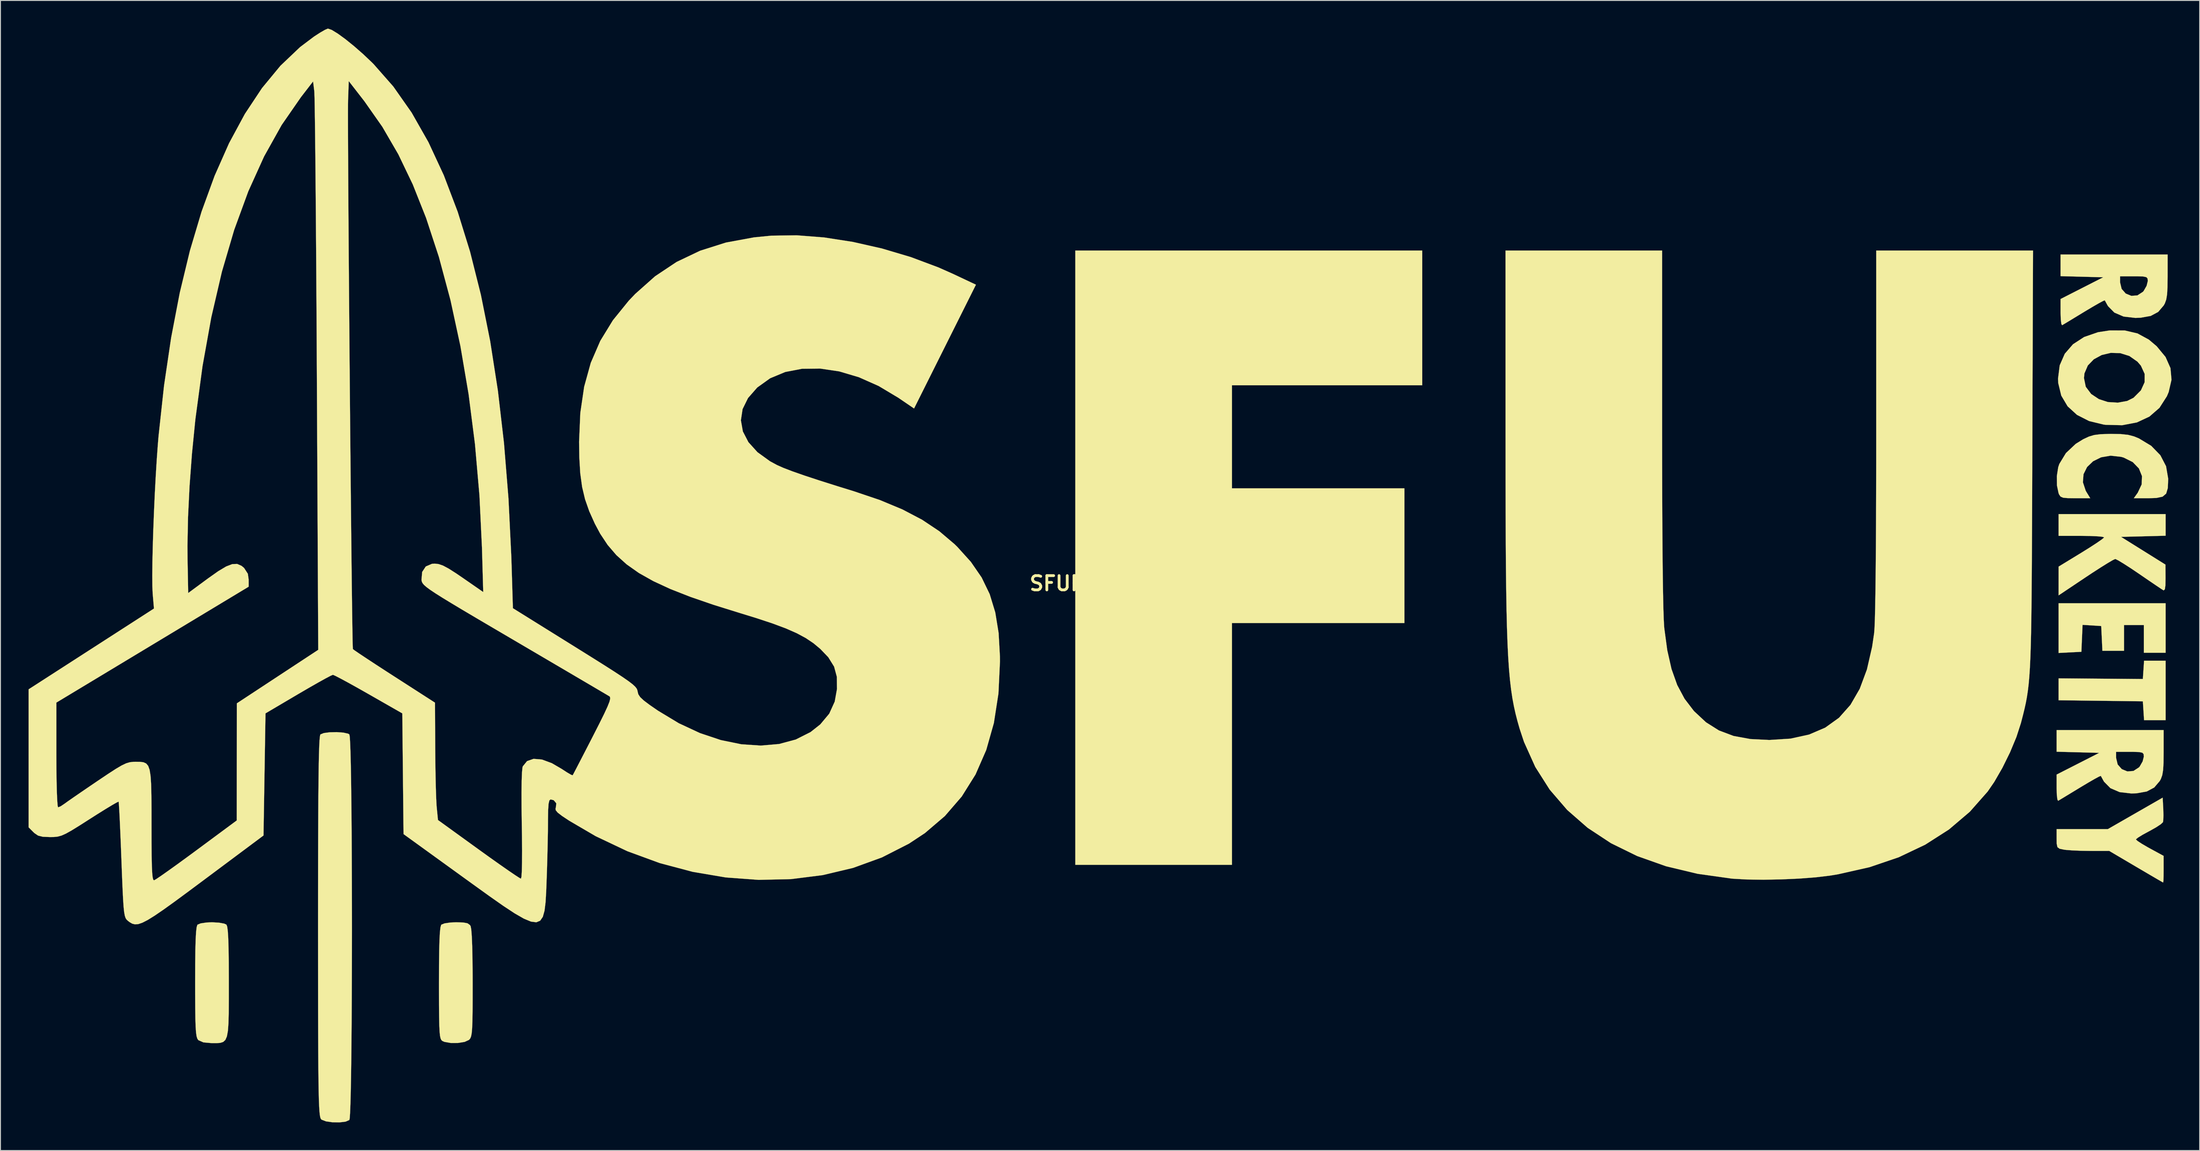
<source format=kicad_pcb>
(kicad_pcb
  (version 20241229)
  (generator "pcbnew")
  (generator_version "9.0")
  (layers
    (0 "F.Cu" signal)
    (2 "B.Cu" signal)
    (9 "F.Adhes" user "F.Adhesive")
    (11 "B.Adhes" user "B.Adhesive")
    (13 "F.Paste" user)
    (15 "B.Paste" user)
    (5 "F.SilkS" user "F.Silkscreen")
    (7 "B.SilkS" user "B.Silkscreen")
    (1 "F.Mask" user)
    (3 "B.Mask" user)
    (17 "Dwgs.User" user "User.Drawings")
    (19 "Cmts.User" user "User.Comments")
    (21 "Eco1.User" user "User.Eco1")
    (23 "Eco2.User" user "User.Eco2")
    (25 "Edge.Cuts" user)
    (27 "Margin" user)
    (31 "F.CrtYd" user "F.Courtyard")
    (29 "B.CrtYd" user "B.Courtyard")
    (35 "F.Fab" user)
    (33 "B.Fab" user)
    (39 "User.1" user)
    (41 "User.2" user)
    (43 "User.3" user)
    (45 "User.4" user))
  (footprint "SFURocketryLogo"
    (layer "F.Cu")
    (at 116.633 59.272)
    (property "Reference" "SFURocketryLogo" (at 0 0 0) (layer "F.SilkS") (effects (font (size 1.524 1.524) (thickness 0.3))))
    (attr through_hole)
    (fp_poly (pts (xy 32.173 -21.167) (xy 11.853 -21.167) (xy 11.853 -10.16) (xy 30.268 -10.16) (xy 30.268 4.233) (xy 11.853 4.233) (xy 11.853 30.057) (xy -4.868 30.057) (xy -4.868 -35.56) (xy 32.173 -35.56) (xy 32.173 -21.167)) (stroke (width 0.01) (type solid)) (fill yes) (layer "F.SilkS"))
    (fp_poly (pts (xy 111.548 14.605) (xy 109.243 14.605) (xy 109.114 12.594) (xy 104.616 12.537) (xy 100.118 12.48) (xy 100.118 10.138) (xy 104.616 10.174) (xy 109.114 10.21) (xy 109.179 9.232) (xy 109.243 8.255) (xy 111.548 8.255) (xy 111.548 14.605)) (stroke (width 0.01) (type solid)) (fill yes) (layer "F.SilkS"))
    (fp_poly (pts (xy 111.548 7.408) (xy 109.22 7.408) (xy 109.22 4.445) (xy 107.103 4.445) (xy 107.103 7.197) (xy 104.795 7.197) (xy 104.732 5.874) (xy 104.669 4.551) (xy 103.674 4.487) (xy 102.678 4.423) (xy 102.615 5.863) (xy 102.552 7.303) (xy 101.335 7.366) (xy 100.118 7.429) (xy 100.118 2.117) (xy 111.548 2.117) (xy 111.548 7.408)) (stroke (width 0.01) (type solid)) (fill yes) (layer "F.SilkS"))
    (fp_poly (pts (xy 111.548 -5.094) (xy 106.786 -4.974) (xy 109.157 -3.493) (xy 111.529 -2.011) (xy 111.539 -0.57) (xy 111.525 0.212) (xy 111.463 0.629) (xy 111.342 0.741) (xy 111.284 0.719) (xy 111.017 0.546) (xy 110.477 0.183) (xy 109.737 -0.32) (xy 108.871 -0.913) (xy 108.712 -1.023) (xy 107.837 -1.613) (xy 107.077 -2.103) (xy 106.504 -2.45) (xy 106.19 -2.606) (xy 106.166 -2.611) (xy 105.918 -2.498) (xy 105.384 -2.186) (xy 104.628 -1.715) (xy 103.714 -1.125) (xy 103.023 -0.667) (xy 100.118 1.277) (xy 100.12 -0.261) (xy 100.121 -1.799) (xy 102.548 -3.281) (xy 103.44 -3.837) (xy 104.186 -4.322) (xy 104.718 -4.691) (xy 104.969 -4.9) (xy 104.98 -4.921) (xy 104.785 -4.984) (xy 104.25 -5.035) (xy 103.458 -5.069) (xy 102.552 -5.08) (xy 100.118 -5.08) (xy 100.118 -7.408) (xy 111.548 -7.408) (xy 111.548 -5.094)) (stroke (width 0.01) (type solid)) (fill yes) (layer "F.SilkS"))
    (fp_poly (pts (xy -96.306 36.235) (xy -95.736 36.34) (xy -95.504 36.449) (xy -95.422 36.664) (xy -95.358 37.145) (xy -95.31 37.925) (xy -95.276 39.033) (xy -95.257 40.5) (xy -95.25 42.356) (xy -95.25 42.572) (xy -95.25 44.406) (xy -95.259 45.86) (xy -95.288 46.979) (xy -95.349 47.806) (xy -95.455 48.386) (xy -95.618 48.762) (xy -95.85 48.978) (xy -96.163 49.078) (xy -96.569 49.107) (xy -97.049 49.107) (xy -97.96 49.027) (xy -98.497 48.792) (xy -98.516 48.774) (xy -98.615 48.626) (xy -98.694 48.372) (xy -98.752 47.965) (xy -98.795 47.358) (xy -98.823 46.503) (xy -98.839 45.353) (xy -98.847 43.861) (xy -98.848 42.572) (xy -98.843 40.674) (xy -98.825 39.168) (xy -98.793 38.024) (xy -98.746 37.212) (xy -98.684 36.701) (xy -98.604 36.46) (xy -98.594 36.449) (xy -98.252 36.311) (xy -97.629 36.219) (xy -97.049 36.195) (xy -96.306 36.235)) (stroke (width 0.01) (type solid)) (fill yes) (layer "F.SilkS"))
    (fp_poly (pts (xy 111.295 24.064) (xy 111.314 24.764) (xy 111.295 25.304) (xy 111.262 25.502) (xy 111.037 25.718) (xy 110.534 26.051) (xy 109.856 26.433) (xy 109.769 26.478) (xy 109.096 26.844) (xy 108.602 27.148) (xy 108.378 27.332) (xy 108.374 27.346) (xy 108.546 27.508) (xy 109.005 27.809) (xy 109.659 28.191) (xy 109.854 28.298) (xy 111.334 29.104) (xy 111.335 30.533) (xy 111.329 31.246) (xy 111.311 31.755) (xy 111.284 31.95) (xy 111.284 31.95) (xy 111.093 31.844) (xy 110.601 31.56) (xy 109.871 31.133) (xy 108.967 30.602) (xy 108.38 30.257) (xy 105.529 28.575) (xy 103.511 28.573) (xy 102.525 28.558) (xy 101.605 28.52) (xy 100.9 28.465) (xy 100.7 28.439) (xy 100.226 28.341) (xy 99.993 28.171) (xy 99.915 27.803) (xy 99.907 27.277) (xy 99.907 26.247) (xy 105.368 26.247) (xy 108.299 24.564) (xy 111.231 22.882) (xy 111.295 24.064)) (stroke (width 0.01) (type solid)) (fill yes) (layer "F.SilkS"))
    (fp_poly (pts (xy -70.213 36.218) (xy -69.759 36.307) (xy -69.507 36.491) (xy -69.434 36.604) (xy -69.365 36.95) (xy -69.307 37.686) (xy -69.262 38.779) (xy -69.232 40.195) (xy -69.217 41.901) (xy -69.215 42.71) (xy -69.217 44.421) (xy -69.225 45.758) (xy -69.241 46.772) (xy -69.271 47.512) (xy -69.315 48.028) (xy -69.378 48.369) (xy -69.463 48.586) (xy -69.573 48.729) (xy -69.602 48.756) (xy -70.075 48.974) (xy -70.786 49.088) (xy -71.561 49.089) (xy -72.226 48.972) (xy -72.443 48.878) (xy -72.552 48.785) (xy -72.637 48.617) (xy -72.702 48.327) (xy -72.748 47.866) (xy -72.78 47.189) (xy -72.799 46.248) (xy -72.81 44.995) (xy -72.813 43.383) (xy -72.813 42.683) (xy -72.808 40.767) (xy -72.79 39.243) (xy -72.759 38.082) (xy -72.714 37.253) (xy -72.653 36.725) (xy -72.575 36.468) (xy -72.559 36.449) (xy -72.216 36.311) (xy -71.584 36.219) (xy -70.979 36.195) (xy -70.213 36.218)) (stroke (width 0.01) (type solid)) (fill yes) (layer "F.SilkS"))
    (fp_poly (pts (xy 106.772 -15.954) (xy 107.541 -15.872) (xy 108.181 -15.703) (xy 108.691 -15.493) (xy 110.008 -14.698) (xy 110.982 -13.697) (xy 111.593 -12.519) (xy 111.82 -11.196) (xy 111.82 -11.104) (xy 111.779 -10.185) (xy 111.605 -9.597) (xy 111.223 -9.269) (xy 110.559 -9.128) (xy 109.735 -9.102) (xy 108.149 -9.102) (xy 108.566 -9.684) (xy 108.988 -10.578) (xy 109.021 -11.466) (xy 108.693 -12.281) (xy 108.034 -12.961) (xy 107.073 -13.442) (xy 106.798 -13.522) (xy 105.673 -13.647) (xy 104.657 -13.473) (xy 103.802 -13.051) (xy 103.159 -12.431) (xy 102.779 -11.665) (xy 102.714 -10.806) (xy 103.014 -9.903) (xy 103.079 -9.79) (xy 103.499 -9.102) (xy 101.909 -9.102) (xy 101.094 -9.111) (xy 100.601 -9.158) (xy 100.329 -9.275) (xy 100.176 -9.492) (xy 100.113 -9.645) (xy 99.94 -10.475) (xy 99.93 -11.472) (xy 100.077 -12.414) (xy 100.192 -12.76) (xy 100.9 -13.924) (xy 101.946 -14.909) (xy 102.739 -15.4) (xy 103.345 -15.684) (xy 103.918 -15.855) (xy 104.601 -15.941) (xy 105.538 -15.971) (xy 105.728 -15.972) (xy 106.772 -15.954)) (stroke (width 0.01) (type solid)) (fill yes) (layer "F.SilkS"))
    (fp_poly (pts (xy 107.177 -27.024) (xy 108.54 -26.706) (xy 109.756 -26.044) (xy 110.591 -25.337) (xy 111.537 -24.191) (xy 112.064 -23.003) (xy 112.175 -21.758) (xy 111.872 -20.443) (xy 111.682 -19.994) (xy 110.888 -18.756) (xy 109.811 -17.82) (xy 108.478 -17.198) (xy 106.914 -16.901) (xy 105.145 -16.942) (xy 104.939 -16.967) (xy 103.378 -17.344) (xy 102.081 -18.005) (xy 101.08 -18.921) (xy 100.403 -20.062) (xy 100.08 -21.397) (xy 100.056 -21.866) (xy 100.065 -21.937) (xy 102.828 -21.937) (xy 103.019 -21.007) (xy 103.598 -20.236) (xy 104.419 -19.688) (xy 105.385 -19.375) (xy 106.446 -19.312) (xy 107.443 -19.493) (xy 108.118 -19.831) (xy 108.905 -20.62) (xy 109.302 -21.49) (xy 109.304 -22.389) (xy 108.904 -23.263) (xy 108.535 -23.691) (xy 107.671 -24.297) (xy 106.696 -24.601) (xy 105.687 -24.627) (xy 104.723 -24.4) (xy 103.882 -23.944) (xy 103.241 -23.282) (xy 102.879 -22.439) (xy 102.828 -21.937) (xy 100.065 -21.937) (xy 100.235 -23.296) (xy 100.776 -24.531) (xy 101.654 -25.548) (xy 102.844 -26.323) (xy 104.322 -26.834) (xy 105.587 -27.028) (xy 107.177 -27.024)) (stroke (width 0.01) (type solid)) (fill yes) (layer "F.SilkS"))
    (fp_poly (pts (xy 111.759 -32.755) (xy 111.747 -31.651) (xy 111.702 -30.873) (xy 111.613 -30.326) (xy 111.465 -29.914) (xy 111.345 -29.697) (xy 110.753 -29.002) (xy 109.952 -28.574) (xy 108.873 -28.381) (xy 108.309 -28.363) (xy 107.056 -28.508) (xy 106.073 -28.932) (xy 105.395 -29.619) (xy 105.324 -29.739) (xy 105.124 -30.104) (xy 105.049 -30.242) (xy 104.863 -30.169) (xy 104.388 -29.913) (xy 103.696 -29.514) (xy 102.857 -29.012) (xy 102.826 -28.993) (xy 101.968 -28.471) (xy 101.242 -28.03) (xy 100.723 -27.717) (xy 100.489 -27.579) (xy 100.489 -27.579) (xy 100.41 -27.727) (xy 100.353 -28.198) (xy 100.33 -28.893) (xy 100.33 -28.938) (xy 100.33 -30.383) (xy 102.605 -31.543) (xy 104.881 -32.703) (xy 100.872 -32.808) (xy 106.68 -32.808) (xy 106.68 -32.173) (xy 106.85 -31.462) (xy 107.289 -30.964) (xy 107.886 -30.72) (xy 108.533 -30.768) (xy 109.12 -31.15) (xy 109.205 -31.249) (xy 109.515 -31.791) (xy 109.643 -32.308) (xy 109.618 -32.569) (xy 109.48 -32.719) (xy 109.138 -32.788) (xy 108.499 -32.808) (xy 108.162 -32.808) (xy 106.68 -32.808) (xy 100.872 -32.808) (xy 100.33 -32.823) (xy 100.33 -35.137) (xy 111.76 -35.137) (xy 111.759 -32.755)) (stroke (width 0.01) (type solid)) (fill yes) (layer "F.SilkS"))
    (fp_poly (pts (xy 111.336 18.045) (xy 111.324 19.149) (xy 111.279 19.927) (xy 111.189 20.474) (xy 111.041 20.886) (xy 110.922 21.103) (xy 110.33 21.798) (xy 109.529 22.226) (xy 108.45 22.419) (xy 107.886 22.437) (xy 106.633 22.292) (xy 105.65 21.868) (xy 104.972 21.181) (xy 104.901 21.061) (xy 104.701 20.696) (xy 104.625 20.558) (xy 104.439 20.631) (xy 103.965 20.887) (xy 103.273 21.286) (xy 102.434 21.788) (xy 102.403 21.807) (xy 101.545 22.329) (xy 100.818 22.77) (xy 100.3 23.083) (xy 100.066 23.221) (xy 100.065 23.221) (xy 99.987 23.073) (xy 99.93 22.602) (xy 99.907 21.907) (xy 99.907 21.862) (xy 99.907 20.417) (xy 102.182 19.257) (xy 104.457 18.098) (xy 102.182 18.037) (xy 100.449 17.992) (xy 106.257 17.992) (xy 106.257 18.627) (xy 106.427 19.338) (xy 106.865 19.836) (xy 107.463 20.08) (xy 108.109 20.032) (xy 108.697 19.65) (xy 108.781 19.551) (xy 109.091 19.009) (xy 109.22 18.492) (xy 109.195 18.231) (xy 109.057 18.081) (xy 108.714 18.012) (xy 108.076 17.992) (xy 107.738 17.992) (xy 106.257 17.992) (xy 100.449 17.992) (xy 99.907 17.977) (xy 99.907 15.663) (xy 111.337 15.663) (xy 111.336 18.045)) (stroke (width 0.01) (type solid)) (fill yes) (layer "F.SilkS"))
    (fp_poly (pts (xy -83.027 15.933) (xy -82.514 16.049) (xy -82.381 16.129) (xy -82.336 16.381) (xy -82.296 17.021) (xy -82.259 18.013) (xy -82.226 19.322) (xy -82.197 20.912) (xy -82.173 22.748) (xy -82.151 24.794) (xy -82.134 27.015) (xy -82.121 29.375) (xy -82.112 31.839) (xy -82.106 34.37) (xy -82.104 36.935) (xy -82.107 39.496) (xy -82.113 42.019) (xy -82.123 44.468) (xy -82.137 46.808) (xy -82.155 49.002) (xy -82.176 51.016) (xy -82.202 52.814) (xy -82.231 54.361) (xy -82.265 55.62) (xy -82.302 56.557) (xy -82.343 57.136) (xy -82.381 57.319) (xy -82.782 57.492) (xy -83.437 57.571) (xy -84.187 57.56) (xy -84.876 57.462) (xy -85.343 57.282) (xy -85.392 57.241) (xy -85.448 57.153) (xy -85.498 56.99) (xy -85.541 56.729) (xy -85.578 56.344) (xy -85.61 55.81) (xy -85.638 55.102) (xy -85.66 54.196) (xy -85.679 53.067) (xy -85.693 51.69) (xy -85.705 50.039) (xy -85.713 48.091) (xy -85.719 45.82) (xy -85.722 43.202) (xy -85.724 40.211) (xy -85.725 36.823) (xy -85.725 36.646) (xy -85.724 33.072) (xy -85.72 29.902) (xy -85.713 27.116) (xy -85.703 24.696) (xy -85.69 22.621) (xy -85.673 20.873) (xy -85.653 19.431) (xy -85.628 18.277) (xy -85.599 17.392) (xy -85.566 16.755) (xy -85.527 16.347) (xy -85.484 16.149) (xy -85.471 16.129) (xy -85.106 15.981) (xy -84.475 15.899) (xy -83.732 15.883) (xy -83.027 15.933)) (stroke (width 0.01) (type solid)) (fill yes) (layer "F.SilkS"))
    (fp_poly (pts (xy 97.31 -13.282) (xy 97.297 -9.597) (xy 97.284 -6.309) (xy 97.27 -3.389) (xy 97.255 -0.811) (xy 97.236 1.452) (xy 97.213 3.427) (xy 97.185 5.143) (xy 97.15 6.625) (xy 97.107 7.902) (xy 97.055 8.999) (xy 96.993 9.945) (xy 96.92 10.767) (xy 96.834 11.492) (xy 96.735 12.146) (xy 96.621 12.757) (xy 96.49 13.353) (xy 96.343 13.961) (xy 96.177 14.607) (xy 96.095 14.922) (xy 95.616 16.403) (xy 94.933 18.045) (xy 94.118 19.698) (xy 93.247 21.209) (xy 92.55 22.225) (xy 90.642 24.387) (xy 88.412 26.284) (xy 85.874 27.908) (xy 83.043 29.253) (xy 79.931 30.311) (xy 76.554 31.073) (xy 75.671 31.217) (xy 74.169 31.395) (xy 72.403 31.53) (xy 70.504 31.615) (xy 68.608 31.649) (xy 66.848 31.626) (xy 65.356 31.543) (xy 65.206 31.53) (xy 61.57 31.018) (xy 58.206 30.213) (xy 55.122 29.121) (xy 52.328 27.75) (xy 49.833 26.106) (xy 47.648 24.196) (xy 45.781 22.026) (xy 44.241 19.602) (xy 43.039 16.933) (xy 42.566 15.505) (xy 42.341 14.712) (xy 42.139 13.926) (xy 41.96 13.123) (xy 41.801 12.275) (xy 41.663 11.355) (xy 41.543 10.337) (xy 41.439 9.193) (xy 41.352 7.898) (xy 41.279 6.424) (xy 41.22 4.744) (xy 41.172 2.832) (xy 41.136 0.662) (xy 41.108 -1.795) (xy 41.089 -4.563) (xy 41.076 -7.671) (xy 41.069 -11.145) (xy 41.067 -15.011) (xy 41.066 -15.61) (xy 41.063 -35.56) (xy 57.785 -35.56) (xy 57.785 -16.547) (xy 57.788 -12.763) (xy 57.796 -9.313) (xy 57.81 -6.206) (xy 57.83 -3.454) (xy 57.854 -1.067) (xy 57.884 0.943) (xy 57.918 2.566) (xy 57.958 3.79) (xy 58.002 4.605) (xy 58.017 4.771) (xy 58.335 7.132) (xy 58.789 9.141) (xy 59.397 10.851) (xy 60.181 12.318) (xy 61.158 13.597) (xy 61.215 13.66) (xy 62.474 14.834) (xy 63.852 15.704) (xy 65.412 16.292) (xy 67.217 16.623) (xy 69.219 16.722) (xy 71.486 16.579) (xy 73.477 16.143) (xy 75.201 15.404) (xy 76.67 14.35) (xy 77.895 12.97) (xy 78.886 11.254) (xy 79.653 9.19) (xy 80.208 6.768) (xy 80.425 5.297) (xy 80.465 4.746) (xy 80.502 3.789) (xy 80.535 2.44) (xy 80.563 0.717) (xy 80.588 -1.364) (xy 80.609 -3.788) (xy 80.625 -6.536) (xy 80.636 -9.595) (xy 80.643 -12.946) (xy 80.645 -16.028) (xy 80.645 -35.56) (xy 89.017 -35.56) (xy 97.388 -35.56) (xy 97.31 -13.282)) (stroke (width 0.01) (type solid)) (fill yes) (layer "F.SilkS"))
    (fp_poly (pts (xy -84.259 -59.125) (xy -83.617 -58.732) (xy -82.802 -58.139) (xy -81.878 -57.392) (xy -80.909 -56.543) (xy -79.958 -55.641) (xy -79.794 -55.477) (xy -77.688 -53.081) (xy -75.734 -50.297) (xy -73.936 -47.132) (xy -72.295 -43.596) (xy -70.813 -39.696) (xy -69.493 -35.439) (xy -68.337 -30.834) (xy -67.346 -25.888) (xy -66.524 -20.61) (xy -65.872 -15.006) (xy -65.392 -9.086) (xy -65.087 -2.856) (xy -65.063 -2.117) (xy -64.918 2.646) (xy -58.293 6.773) (xy -56.567 7.851) (xy -55.167 8.731) (xy -54.059 9.439) (xy -53.209 9.998) (xy -52.582 10.433) (xy -52.144 10.768) (xy -51.862 11.028) (xy -51.699 11.237) (xy -51.624 11.42) (xy -51.605 11.532) (xy -51.529 11.838) (xy -51.329 12.143) (xy -50.946 12.504) (xy -50.318 12.977) (xy -49.424 13.594) (xy -47.198 14.937) (xy -44.949 15.985) (xy -42.716 16.733) (xy -40.537 17.179) (xy -38.452 17.32) (xy -36.498 17.152) (xy -34.714 16.672) (xy -33.138 15.877) (xy -32.102 15.059) (xy -31.144 13.913) (xy -30.558 12.622) (xy -30.317 11.278) (xy -30.329 9.983) (xy -30.624 8.887) (xy -31.247 7.883) (xy -32.1 6.993) (xy -32.829 6.386) (xy -33.648 5.836) (xy -34.612 5.317) (xy -35.777 4.805) (xy -37.199 4.274) (xy -38.932 3.701) (xy -40.64 3.176) (xy -43.501 2.284) (xy -45.979 1.431) (xy -48.11 0.594) (xy -49.929 -0.248) (xy -51.472 -1.117) (xy -52.774 -2.036) (xy -53.873 -3.026) (xy -54.802 -4.109) (xy -55.598 -5.308) (xy -56.169 -6.377) (xy -56.77 -7.715) (xy -57.217 -8.993) (xy -57.53 -10.31) (xy -57.728 -11.766) (xy -57.829 -13.458) (xy -57.853 -15.134) (xy -57.721 -18.217) (xy -57.311 -21.012) (xy -56.606 -23.562) (xy -55.589 -25.913) (xy -54.244 -28.11) (xy -52.553 -30.197) (xy -51.858 -30.927) (xy -49.741 -32.809) (xy -47.439 -34.343) (xy -44.927 -35.54) (xy -42.179 -36.412) (xy -39.171 -36.968) (xy -37.31 -37.15) (xy -34.613 -37.187) (xy -31.69 -36.959) (xy -28.628 -36.483) (xy -25.514 -35.778) (xy -22.436 -34.863) (xy -19.481 -33.756) (xy -17.952 -33.077) (xy -15.478 -31.911) (xy -22.086 -18.687) (xy -23.777 -19.839) (xy -25.867 -21.089) (xy -27.978 -22.027) (xy -30.071 -22.648) (xy -32.106 -22.951) (xy -34.041 -22.931) (xy -35.836 -22.587) (xy -37.451 -21.916) (xy -38.829 -20.929) (xy -39.815 -19.802) (xy -40.395 -18.624) (xy -40.575 -17.424) (xy -40.365 -16.236) (xy -39.772 -15.09) (xy -38.805 -14.019) (xy -37.471 -13.054) (xy -36.724 -12.649) (xy -36.04 -12.345) (xy -35.075 -11.975) (xy -33.801 -11.529) (xy -32.193 -10.999) (xy -30.222 -10.375) (xy -28.529 -9.852) (xy -25.742 -8.911) (xy -23.324 -7.903) (xy -21.223 -6.8) (xy -19.386 -5.573) (xy -17.761 -4.194) (xy -17.474 -3.914) (xy -16.017 -2.3) (xy -14.871 -0.636) (xy -14.011 1.141) (xy -13.415 3.094) (xy -13.058 5.286) (xy -12.918 7.782) (xy -12.913 8.334) (xy -13.075 11.755) (xy -13.563 14.907) (xy -14.379 17.792) (xy -15.523 20.41) (xy -16.995 22.762) (xy -18.795 24.847) (xy -20.924 26.667) (xy -22.634 27.798) (xy -25.52 29.269) (xy -28.603 30.389) (xy -31.848 31.16) (xy -35.219 31.585) (xy -38.679 31.666) (xy -42.194 31.406) (xy -45.728 30.807) (xy -49.245 29.871) (xy -52.709 28.6) (xy -56.084 26.998) (xy -58.894 25.354) (xy -59.674 24.838) (xy -60.141 24.477) (xy -60.353 24.217) (xy -60.363 24.002) (xy -60.332 23.932) (xy -60.286 23.488) (xy -60.561 23.156) (xy -60.897 23.072) (xy -61.025 23.179) (xy -61.109 23.538) (xy -61.156 24.204) (xy -61.172 25.232) (xy -61.172 25.366) (xy -61.18 26.372) (xy -61.203 27.671) (xy -61.238 29.134) (xy -61.281 30.629) (xy -61.312 31.539) (xy -61.364 32.92) (xy -61.431 34.06) (xy -61.541 34.958) (xy -61.723 35.613) (xy -62.006 36.026) (xy -62.419 36.197) (xy -62.991 36.123) (xy -63.751 35.807) (xy -64.727 35.246) (xy -65.948 34.441) (xy -67.443 33.391) (xy -69.242 32.097) (xy -70.16 31.433) (xy -76.597 26.776) (xy -76.729 13.881) (xy -80.328 11.823) (xy -81.448 11.188) (xy -82.447 10.632) (xy -83.267 10.188) (xy -83.847 9.887) (xy -84.127 9.763) (xy -84.138 9.761) (xy -84.378 9.864) (xy -84.922 10.15) (xy -85.709 10.587) (xy -86.679 11.141) (xy -87.773 11.779) (xy -87.842 11.819) (xy -91.334 13.88) (xy -91.44 20.402) (xy -91.546 26.924) (xy -97.896 31.663) (xy -99.63 32.954) (xy -101.062 34.009) (xy -102.226 34.845) (xy -103.158 35.482) (xy -103.894 35.94) (xy -104.467 36.235) (xy -104.914 36.389) (xy -105.268 36.418) (xy -105.566 36.343) (xy -105.843 36.182) (xy -106.032 36.036) (xy -106.165 35.913) (xy -106.272 35.748) (xy -106.358 35.494) (xy -106.428 35.104) (xy -106.488 34.528) (xy -106.542 33.718) (xy -106.596 32.627) (xy -106.655 31.207) (xy -106.719 29.527) (xy -106.779 27.96) (xy -106.839 26.535) (xy -106.894 25.306) (xy -106.944 24.326) (xy -106.984 23.649) (xy -107.012 23.328) (xy -107.017 23.31) (xy -107.208 23.392) (xy -107.695 23.669) (xy -108.417 24.106) (xy -109.316 24.666) (xy -110.094 25.162) (xy -111.203 25.87) (xy -112.029 26.38) (xy -112.643 26.724) (xy -113.117 26.935) (xy -113.523 27.045) (xy -113.932 27.087) (xy -114.346 27.093) (xy -115.115 27.062) (xy -115.618 26.936) (xy -116.006 26.672) (xy -116.109 26.574) (xy -116.628 26.054) (xy -116.628 12.73) (xy -113.665 12.73) (xy -113.665 18.324) (xy -113.658 19.813) (xy -113.64 21.153) (xy -113.611 22.289) (xy -113.573 23.165) (xy -113.529 23.726) (xy -113.482 23.918) (xy -113.197 23.801) (xy -112.794 23.531) (xy -112.454 23.285) (xy -111.833 22.852) (xy -111 22.279) (xy -110.026 21.614) (xy -109.263 21.096) (xy -108.147 20.347) (xy -107.312 19.806) (xy -106.69 19.44) (xy -106.216 19.215) (xy -105.822 19.098) (xy -105.442 19.055) (xy -105.2 19.05) (xy -104.734 19.056) (xy -104.363 19.102) (xy -104.075 19.233) (xy -103.86 19.489) (xy -103.707 19.916) (xy -103.606 20.554) (xy -103.546 21.449) (xy -103.516 22.642) (xy -103.506 24.177) (xy -103.505 25.886) (xy -103.502 27.672) (xy -103.49 29.074) (xy -103.468 30.133) (xy -103.434 30.886) (xy -103.386 31.375) (xy -103.323 31.637) (xy -103.242 31.714) (xy -103.229 31.713) (xy -102.989 31.572) (xy -102.459 31.213) (xy -101.689 30.671) (xy -100.726 29.98) (xy -99.622 29.175) (xy -98.678 28.48) (xy -94.403 25.315) (xy -94.398 19.06) (xy -94.393 12.806) (xy -90.049 9.948) (xy -85.704 7.091) (xy -85.851 -22.225) (xy -85.869 -25.732) (xy -85.889 -29.135) (xy -85.909 -32.407) (xy -85.93 -35.524) (xy -85.952 -38.461) (xy -85.974 -41.191) (xy -85.996 -43.691) (xy -86.018 -45.934) (xy -86.039 -47.896) (xy -86.06 -49.551) (xy -86.072 -50.344) (xy -82.528 -50.344) (xy -82.527 -49.158) (xy -82.523 -47.654) (xy -82.515 -45.863) (xy -82.504 -43.813) (xy -82.491 -41.534) (xy -82.475 -39.055) (xy -82.456 -36.406) (xy -82.436 -33.617) (xy -82.413 -30.717) (xy -82.389 -27.735) (xy -82.364 -24.701) (xy -82.338 -21.645) (xy -82.311 -18.595) (xy -82.283 -15.582) (xy -82.255 -12.635) (xy -82.227 -9.783) (xy -82.2 -7.056) (xy -82.172 -4.483) (xy -82.146 -2.094) (xy -82.121 0.082) (xy -82.097 2.015) (xy -82.074 3.676) (xy -82.053 5.035) (xy -82.035 6.063) (xy -82.018 6.73) (xy -82.004 7.007) (xy -82.003 7.013) (xy -81.809 7.16) (xy -81.309 7.502) (xy -80.551 8.007) (xy -79.585 8.641) (xy -78.461 9.372) (xy -77.579 9.941) (xy -73.237 12.736) (xy -73.212 17.639) (xy -73.199 19.132) (xy -73.176 20.567) (xy -73.146 21.861) (xy -73.11 22.933) (xy -73.07 23.698) (xy -73.053 23.907) (xy -72.919 25.271) (xy -68.589 28.405) (xy -67.399 29.26) (xy -66.319 30.026) (xy -65.397 30.67) (xy -64.68 31.158) (xy -64.217 31.457) (xy -64.061 31.538) (xy -64.006 31.333) (xy -63.967 30.739) (xy -63.945 29.792) (xy -63.939 28.527) (xy -63.951 26.978) (xy -63.97 25.77) (xy -63.995 23.919) (xy -64 22.349) (xy -63.984 21.092) (xy -63.949 20.18) (xy -63.895 19.646) (xy -63.866 19.541) (xy -63.408 18.978) (xy -62.712 18.736) (xy -61.819 18.81) (xy -60.765 19.198) (xy -59.725 19.804) (xy -59.14 20.184) (xy -58.712 20.433) (xy -58.541 20.496) (xy -58.432 20.296) (xy -58.159 19.774) (xy -57.751 18.986) (xy -57.235 17.987) (xy -56.641 16.834) (xy -56.389 16.342) (xy -55.69 14.97) (xy -55.173 13.925) (xy -54.82 13.162) (xy -54.611 12.637) (xy -54.529 12.305) (xy -54.554 12.119) (xy -54.61 12.062) (xy -54.848 11.919) (xy -55.417 11.584) (xy -56.281 11.074) (xy -57.407 10.412) (xy -58.758 9.617) (xy -60.301 8.71) (xy -62.001 7.711) (xy -63.822 6.641) (xy -64.77 6.084) (xy -66.915 4.824) (xy -68.725 3.758) (xy -70.226 2.869) (xy -71.449 2.136) (xy -72.422 1.543) (xy -73.175 1.068) (xy -73.736 0.694) (xy -74.133 0.402) (xy -74.397 0.173) (xy -74.555 -0.013) (xy -74.638 -0.173) (xy -74.673 -0.328) (xy -74.68 -0.392) (xy -74.606 -1.231) (xy -74.221 -1.813) (xy -73.559 -2.096) (xy -73.272 -2.117) (xy -72.853 -2.07) (xy -72.379 -1.905) (xy -71.774 -1.583) (xy -70.963 -1.065) (xy -70.28 -0.598) (xy -68.088 0.92) (xy -68.223 -3.826) (xy -68.491 -9.398) (xy -68.969 -14.877) (xy -69.65 -20.214) (xy -70.524 -25.359) (xy -71.584 -30.262) (xy -72.82 -34.871) (xy -74.189 -39.041) (xy -75.609 -42.617) (xy -77.156 -45.842) (xy -78.862 -48.778) (xy -80.762 -51.487) (xy -80.887 -51.65) (xy -82.444 -53.657) (xy -82.517 -51.647) (xy -82.524 -51.184) (xy -82.528 -50.344) (xy -86.072 -50.344) (xy -86.08 -50.874) (xy -86.098 -51.84) (xy -86.116 -52.423) (xy -86.126 -52.581) (xy -86.254 -53.622) (xy -87.548 -51.946) (xy -89.609 -48.969) (xy -91.484 -45.612) (xy -93.173 -41.879) (xy -94.676 -37.77) (xy -95.992 -33.288) (xy -97.12 -28.434) (xy -98.059 -23.211) (xy -98.81 -17.62) (xy -98.84 -17.357) (xy -99.187 -13.853) (xy -99.444 -10.395) (xy -99.606 -7.084) (xy -99.667 -4.024) (xy -99.655 -2.504) (xy -99.589 1.025) (xy -97.472 -0.537) (xy -96.379 -1.31) (xy -95.535 -1.814) (xy -94.881 -2.065) (xy -94.356 -2.082) (xy -93.899 -1.882) (xy -93.623 -1.656) (xy -93.219 -1.032) (xy -93.133 -0.423) (xy -93.133 0.35) (xy -103.399 6.54) (xy -113.665 12.73) (xy -116.628 12.73) (xy -116.628 11.31) (xy -109.937 6.996) (xy -103.245 2.682) (xy -103.382 1.077) (xy -103.417 0.297) (xy -103.426 -0.838) (xy -103.41 -2.264) (xy -103.373 -3.914) (xy -103.316 -5.723) (xy -103.243 -7.623) (xy -103.156 -9.55) (xy -103.056 -11.436) (xy -102.947 -13.217) (xy -102.831 -14.825) (xy -102.756 -15.724) (xy -102.168 -21.132) (xy -101.411 -26.244) (xy -100.489 -31.051) (xy -99.406 -35.543) (xy -98.165 -39.709) (xy -96.771 -43.539) (xy -95.228 -47.023) (xy -93.54 -50.15) (xy -91.71 -52.911) (xy -89.743 -55.296) (xy -87.642 -57.294) (xy -86.147 -58.421) (xy -85.498 -58.84) (xy -84.971 -59.143) (xy -84.674 -59.266) (xy -84.667 -59.267) (xy -84.259 -59.125)) (stroke (width 0.01) (type solid)) (fill yes) (layer "F.SilkS")))
  (gr_rect
    (start -3 -3)
    (end 231.813 119.848)
    (stroke (width 0.1) (type default))
    (fill no)
    (layer "Edge.Cuts")))
</source>
